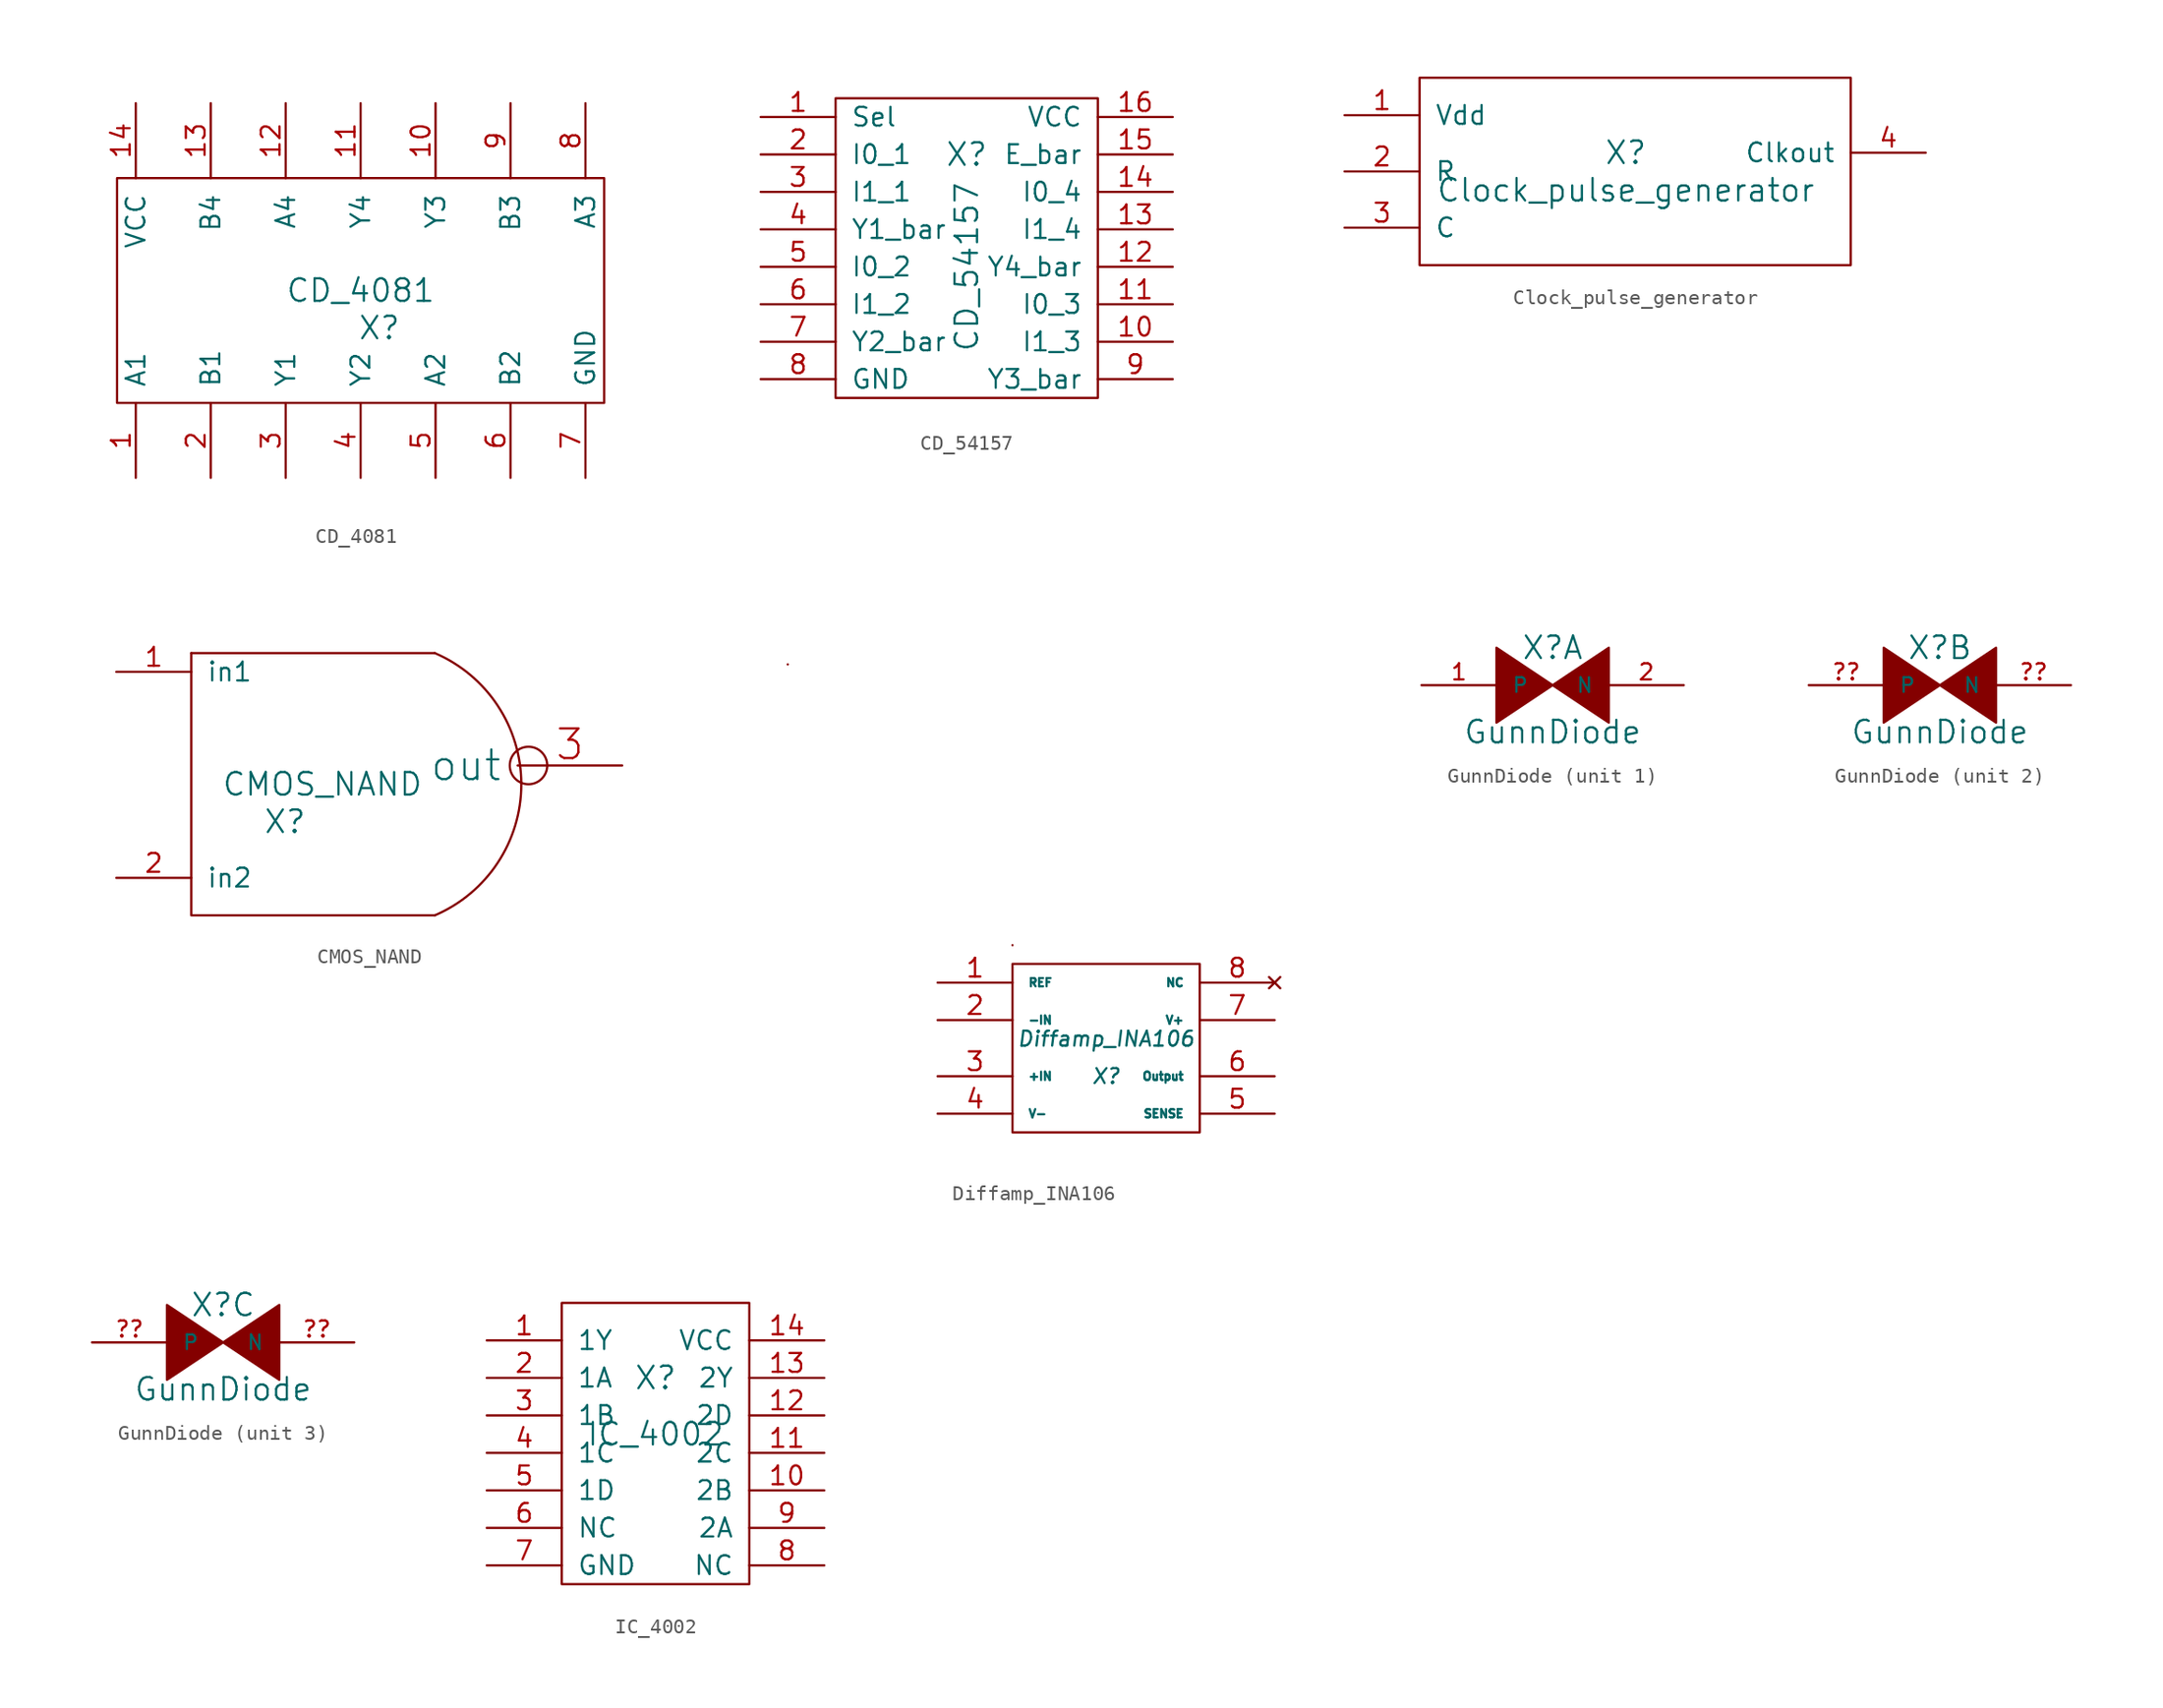
<source format=kicad_sym>
(kicad_symbol_lib
  (version 20211014)
  (generator kicad_symbol_editor)
  (symbol "CD_4081"
    (pin_names
      (offset 1.016))
    (property "Reference" "X"
      (at 3.81 -2.54 0)
      (effects (font (size 1.524 1.524))))
    (property "Value" "CD_4081"
      (at 2.54 0 0)
      (effects (font (size 1.524 1.524))))
    (symbol "CD_4081_0_1"
      (rectangle (start -13.97 7.62) (end 19.05 -7.62) (stroke (width 0) (type default) (color 0 0 0 0)) (fill (type none))))
    (symbol "CD_4081_1_1"
      (pin input line (at -12.7 -12.7 90) (length 5.08) (name "A1" (effects (font (size 1.27 1.27)))) (number "1" (effects (font (size 1.27 1.27)))))
      (pin output line (at 7.62 12.7 270) (length 5.08) (name "Y3" (effects (font (size 1.27 1.27)))) (number "10" (effects (font (size 1.27 1.27)))))
      (pin output line (at 2.54 12.7 270) (length 5.08) (name "Y4" (effects (font (size 1.27 1.27)))) (number "11" (effects (font (size 1.27 1.27)))))
      (pin input line (at -2.54 12.7 270) (length 5.08) (name "A4" (effects (font (size 1.27 1.27)))) (number "12" (effects (font (size 1.27 1.27)))))
      (pin input line (at -7.62 12.7 270) (length 5.08) (name "B4" (effects (font (size 1.27 1.27)))) (number "13" (effects (font (size 1.27 1.27)))))
      (pin input line (at -12.7 12.7 270) (length 5.08) (name "VCC" (effects (font (size 1.27 1.27)))) (number "14" (effects (font (size 1.27 1.27)))))
      (pin input line (at -7.62 -12.7 90) (length 5.08) (name "B1" (effects (font (size 1.27 1.27)))) (number "2" (effects (font (size 1.27 1.27)))))
      (pin output line (at -2.54 -12.7 90) (length 5.08) (name "Y1" (effects (font (size 1.27 1.27)))) (number "3" (effects (font (size 1.27 1.27)))))
      (pin output line (at 2.54 -12.7 90) (length 5.08) (name "Y2" (effects (font (size 1.27 1.27)))) (number "4" (effects (font (size 1.27 1.27)))))
      (pin input line (at 7.62 -12.7 90) (length 5.08) (name "A2" (effects (font (size 1.27 1.27)))) (number "5" (effects (font (size 1.27 1.27)))))
      (pin input line (at 12.7 -12.7 90) (length 5.08) (name "B2" (effects (font (size 1.27 1.27)))) (number "6" (effects (font (size 1.27 1.27)))))
      (pin input line (at 17.78 -12.7 90) (length 5.08) (name "GND" (effects (font (size 1.27 1.27)))) (number "7" (effects (font (size 1.27 1.27)))))
      (pin input line (at 17.78 12.7 270) (length 5.08) (name "A3" (effects (font (size 1.27 1.27)))) (number "8" (effects (font (size 1.27 1.27)))))
      (pin input line (at 12.7 12.7 270) (length 5.08) (name "B3" (effects (font (size 1.27 1.27)))) (number "9" (effects (font (size 1.27 1.27)))))))
  (symbol "CD_54157"
    (pin_names
      (offset 1.016))
    (property "Reference" "X"
      (at 0 1.27 0)
      (effects (font (size 1.524 1.524))))
    (property "Value" "CD_54157"
      (at 0 -6.35 90)
      (effects (font (size 1.524 1.524))))
    (symbol "CD_54157_0_1"
      (rectangle (start -8.89 5.08) (end 8.89 -15.24) (stroke (width 0) (type default) (color 0 0 0 0)) (fill (type none))))
    (symbol "CD_54157_1_1"
      (pin input line (at -13.97 3.81 0) (length 5.08) (name "Sel" (effects (font (size 1.27 1.27)))) (number "1" (effects (font (size 1.27 1.27)))))
      (pin input line (at 13.97 -11.43 180) (length 5.08) (name "I1_3" (effects (font (size 1.27 1.27)))) (number "10" (effects (font (size 1.27 1.27)))))
      (pin input line (at 13.97 -8.89 180) (length 5.08) (name "I0_3" (effects (font (size 1.27 1.27)))) (number "11" (effects (font (size 1.27 1.27)))))
      (pin output line (at 13.97 -6.35 180) (length 5.08) (name "Y4_bar" (effects (font (size 1.27 1.27)))) (number "12" (effects (font (size 1.27 1.27)))))
      (pin input line (at 13.97 -3.81 180) (length 5.08) (name "I1_4" (effects (font (size 1.27 1.27)))) (number "13" (effects (font (size 1.27 1.27)))))
      (pin input line (at 13.97 -1.27 180) (length 5.08) (name "I0_4" (effects (font (size 1.27 1.27)))) (number "14" (effects (font (size 1.27 1.27)))))
      (pin input line (at 13.97 1.27 180) (length 5.08) (name "E_bar" (effects (font (size 1.27 1.27)))) (number "15" (effects (font (size 1.27 1.27)))))
      (pin input line (at 13.97 3.81 180) (length 5.08) (name "VCC" (effects (font (size 1.27 1.27)))) (number "16" (effects (font (size 1.27 1.27)))))
      (pin input line (at -13.97 1.27 0) (length 5.08) (name "I0_1" (effects (font (size 1.27 1.27)))) (number "2" (effects (font (size 1.27 1.27)))))
      (pin input line (at -13.97 -1.27 0) (length 5.08) (name "I1_1" (effects (font (size 1.27 1.27)))) (number "3" (effects (font (size 1.27 1.27)))))
      (pin output line (at -13.97 -3.81 0) (length 5.08) (name "Y1_bar" (effects (font (size 1.27 1.27)))) (number "4" (effects (font (size 1.27 1.27)))))
      (pin input line (at -13.97 -6.35 0) (length 5.08) (name "I0_2" (effects (font (size 1.27 1.27)))) (number "5" (effects (font (size 1.27 1.27)))))
      (pin input line (at -13.97 -8.89 0) (length 5.08) (name "I1_2" (effects (font (size 1.27 1.27)))) (number "6" (effects (font (size 1.27 1.27)))))
      (pin output line (at -13.97 -11.43 0) (length 5.08) (name "Y2_bar" (effects (font (size 1.27 1.27)))) (number "7" (effects (font (size 1.27 1.27)))))
      (pin input line (at -13.97 -13.97 0) (length 5.08) (name "GND" (effects (font (size 1.27 1.27)))) (number "8" (effects (font (size 1.27 1.27)))))
      (pin output line (at 13.97 -13.97 180) (length 5.08) (name "Y3_bar" (effects (font (size 1.27 1.27)))) (number "9" (effects (font (size 1.27 1.27)))))))
  (symbol "Clock_pulse_generator"
    (pin_names
      (offset 1.016))
    (property "Reference" "X"
      (at 0 0 0)
      (effects (font (size 1.524 1.524))))
    (property "Value" "Clock_pulse_generator"
      (at 0 -2.54 0)
      (effects (font (size 1.524 1.524))))
    (symbol "Clock_pulse_generator_0_1"
      (rectangle (start -13.97 5.08) (end 15.24 -7.62) (stroke (width 0) (type default) (color 0 0 0 0)) (fill (type none))))
    (symbol "Clock_pulse_generator_1_1"
      (pin input line (at -19.05 2.54 0) (length 5.08) (name "Vdd" (effects (font (size 1.27 1.27)))) (number "1" (effects (font (size 1.27 1.27)))))
      (pin input line (at -19.05 -1.27 0) (length 5.08) (name "R" (effects (font (size 1.27 1.27)))) (number "2" (effects (font (size 1.27 1.27)))))
      (pin input line (at -19.05 -5.08 0) (length 5.08) (name "C" (effects (font (size 1.27 1.27)))) (number "3" (effects (font (size 1.27 1.27)))))
      (pin output line (at 20.32 0 180) (length 5.08) (name "Clkout" (effects (font (size 1.27 1.27)))) (number "4" (effects (font (size 1.27 1.27)))))))
  (symbol "CMOS_NAND"
    (pin_names
      (offset 1.016))
    (property "Reference" "X"
      (at -2.54 -3.81 0)
      (effects (font (size 1.524 1.524))))
    (property "Value" "CMOS_NAND"
      (at 0 -1.27 0)
      (effects (font (size 1.524 1.524))))
    (symbol "CMOS_NAND_0_1"
      (polyline (pts (xy -8.89 7.62) (xy 7.62 7.62)) (stroke (width 0) (type default) (color 0 0 0 0)) (fill (type none)))
      (polyline (pts (xy -8.89 7.62) (xy -8.89 -10.16) (xy 7.62 -10.16)) (stroke (width 0) (type default) (color 0 0 0 0)) (fill (type none)))
      (arc (start 7.62 -10.16) (mid 13.482 -1.27) (end 7.62 7.62) (stroke (width 0) (type default) (color 0 0 0 0)) (fill (type none)))
      (circle (center 13.97 0) (radius 1.27) (stroke (width 0) (type default) (color 0 0 0 0)) (fill (type none))))
    (symbol "CMOS_NAND_1_1"
      (pin input line (at -13.97 6.35 0) (length 5.08) (name "in1" (effects (font (size 1.27 1.27)))) (number "1" (effects (font (size 1.27 1.27)))))
      (pin input line (at -13.97 -7.62 0) (length 5.08) (name "in2" (effects (font (size 1.27 1.27)))) (number "2" (effects (font (size 1.27 1.27)))))
      (pin input line (at 20.32 0 180) (length 7.087) (name "out" (effects (font (size 2.007 2.007)))) (number "3" (effects (font (size 2.007 2.007)))))))
  (symbol "Diffamp_INA106"
    (pin_names
      (offset 1.016))
    (property "Reference" "X"
      (at 0 -2.54 0)
      (effects (font (size 1.016 1.016) italic)))
    (property "Value" "Diffamp_INA106"
      (at 0 0 0)
      (effects (font (size 1.016 1.016) italic)))
    (symbol "Diffamp_INA106_0_1"
      (rectangle (start -21.59 25.4) (end -21.59 25.4) (stroke (width 0) (type default) (color 0 0 0 0)) (fill (type none)))
      (rectangle (start -6.35 5.08) (end 6.35 -6.35) (stroke (width 0) (type default) (color 0 0 0 0)) (fill (type none)))
      (rectangle (start -6.35 6.35) (end -6.35 6.35) (stroke (width 0) (type default) (color 0 0 0 0)) (fill (type none))))
    (symbol "Diffamp_INA106_1_1"
      (pin input line (at -11.43 3.81 0) (length 5.08) (name "REF" (effects (font (size 0.559 0.559)))) (number "1" (effects (font (size 1.27 1.27)))))
      (pin input line (at -11.43 1.27 0) (length 5.08) (name "-IN" (effects (font (size 0.559 0.559)))) (number "2" (effects (font (size 1.27 1.27)))))
      (pin input line (at -11.43 -2.54 0) (length 5.08) (name "+IN" (effects (font (size 0.559 0.559)))) (number "3" (effects (font (size 1.27 1.27)))))
      (pin input line (at -11.43 -5.08 0) (length 5.08) (name "V-" (effects (font (size 0.559 0.559)))) (number "4" (effects (font (size 1.27 1.27)))))
      (pin input line (at 11.43 -5.08 180) (length 5.08) (name "SENSE" (effects (font (size 0.559 0.559)))) (number "5" (effects (font (size 1.27 1.27)))))
      (pin output line (at 11.43 -2.54 180) (length 5.08) (name "Output" (effects (font (size 0.559 0.559)))) (number "6" (effects (font (size 1.27 1.27)))))
      (pin input line (at 11.43 1.27 180) (length 5.08) (name "V+" (effects (font (size 0.559 0.559)))) (number "7" (effects (font (size 1.27 1.27)))))
      (pin no_connect line (at 11.43 3.81 180) (length 5.08) (name "NC" (effects (font (size 0.559 0.559)))) (number "8" (effects (font (size 1.27 1.27)))))))
  (symbol "GunnDiode"
    (pin_names
      (offset 1.016))
    (property "Reference" "X"
      (at 0 2.54 0)
      (effects (font (size 1.524 1.524))))
    (property "Value" "GunnDiode"
      (at 0 -3.175 0)
      (effects (font (size 1.524 1.524))))
    (symbol "GunnDiode_0_1"
      (polyline (pts (xy 0 0) (xy 0 0)) (stroke (width 0) (type default) (color 0 0 0 0)) (fill (type none)))
      (polyline (pts (xy 0 0) (xy -3.81 2.54) (xy -3.81 -2.54) (xy 0 0)) (stroke (width 0) (type default) (color 0 0 0 0)) (fill (type outline)))
      (polyline (pts (xy 0 0) (xy 3.81 2.54) (xy 3.81 -2.54) (xy 0 0)) (stroke (width 0) (type default) (color 0 0 0 0)) (fill (type outline))))
    (symbol "GunnDiode_1_1"
      (pin input line (at -8.89 0 0) (length 5.08) (name "P" (effects (font (size 0.991 0.991)))) (number "1" (effects (font (size 1.092 1.092)))))
      (pin input line (at 8.89 0 180) (length 5.08) (name "N" (effects (font (size 0.991 0.991)))) (number "2" (effects (font (size 1.092 1.092))))))
    (symbol "GunnDiode_2_1"
      (pin input line (at 8.89 0 180) (length 5.08) (name "N" (effects (font (size 0.991 0.991)))) (number "??" (effects (font (size 1.092 1.092)))))
      (pin input line (at -8.89 0 0) (length 5.08) (name "P" (effects (font (size 0.991 0.991)))) (number "??" (effects (font (size 1.092 1.092))))))
    (symbol "GunnDiode_3_1"
      (pin input line (at 8.89 0 180) (length 5.08) (name "N" (effects (font (size 0.991 0.991)))) (number "??" (effects (font (size 1.092 1.092)))))
      (pin input line (at -8.89 0 0) (length 5.08) (name "P" (effects (font (size 0.991 0.991)))) (number "??" (effects (font (size 1.092 1.092)))))))
  (symbol "IC_4002"
    (pin_names
      (offset 1.016))
    (property "Reference" "X"
      (at 0 3.81 0)
      (effects (font (size 1.524 1.524))))
    (property "Value" "IC_4002"
      (at 0 0 0)
      (effects (font (size 1.524 1.524))))
    (property "Footprint" ""
      (at 1.27 -3.81 0)
      (effects (font (size 1.524 1.524))))
    (property "Datasheet" ""
      (at 1.27 -3.81 0)
      (effects (font (size 1.524 1.524))))
    (symbol "IC_4002_0_1"
      (rectangle (start -6.35 8.89) (end 6.35 -10.16) (stroke (width 0) (type default) (color 0 0 0 0)) (fill (type none))))
    (symbol "IC_4002_1_1"
      (pin output line (at -11.43 6.35 0) (length 5.08) (name "1Y" (effects (font (size 1.27 1.27)))) (number "1" (effects (font (size 1.27 1.27)))))
      (pin input line (at 11.43 -3.81 180) (length 5.08) (name "2B" (effects (font (size 1.27 1.27)))) (number "10" (effects (font (size 1.27 1.27)))))
      (pin input line (at 11.43 -1.27 180) (length 5.08) (name "2C" (effects (font (size 1.27 1.27)))) (number "11" (effects (font (size 1.27 1.27)))))
      (pin input line (at 11.43 1.27 180) (length 5.08) (name "2D" (effects (font (size 1.27 1.27)))) (number "12" (effects (font (size 1.27 1.27)))))
      (pin output line (at 11.43 3.81 180) (length 5.08) (name "2Y" (effects (font (size 1.27 1.27)))) (number "13" (effects (font (size 1.27 1.27)))))
      (pin input line (at 11.43 6.35 180) (length 5.08) (name "VCC" (effects (font (size 1.27 1.27)))) (number "14" (effects (font (size 1.27 1.27)))))
      (pin input line (at -11.43 3.81 0) (length 5.08) (name "1A" (effects (font (size 1.27 1.27)))) (number "2" (effects (font (size 1.27 1.27)))))
      (pin input line (at -11.43 1.27 0) (length 5.08) (name "1B" (effects (font (size 1.27 1.27)))) (number "3" (effects (font (size 1.27 1.27)))))
      (pin input line (at -11.43 -1.27 0) (length 5.08) (name "1C" (effects (font (size 1.27 1.27)))) (number "4" (effects (font (size 1.27 1.27)))))
      (pin input line (at -11.43 -3.81 0) (length 5.08) (name "1D" (effects (font (size 1.27 1.27)))) (number "5" (effects (font (size 1.27 1.27)))))
      (pin input line (at -11.43 -6.35 0) (length 5.08) (name "NC" (effects (font (size 1.27 1.27)))) (number "6" (effects (font (size 1.27 1.27)))))
      (pin input line (at -11.43 -8.89 0) (length 5.08) (name "GND" (effects (font (size 1.27 1.27)))) (number "7" (effects (font (size 1.27 1.27)))))
      (pin input line (at 11.43 -8.89 180) (length 5.08) (name "NC" (effects (font (size 1.27 1.27)))) (number "8" (effects (font (size 1.27 1.27)))))
      (pin input line (at 11.43 -6.35 180) (length 5.08) (name "2A" (effects (font (size 1.27 1.27)))) (number "9" (effects (font (size 1.27 1.27))))))))
</source>
